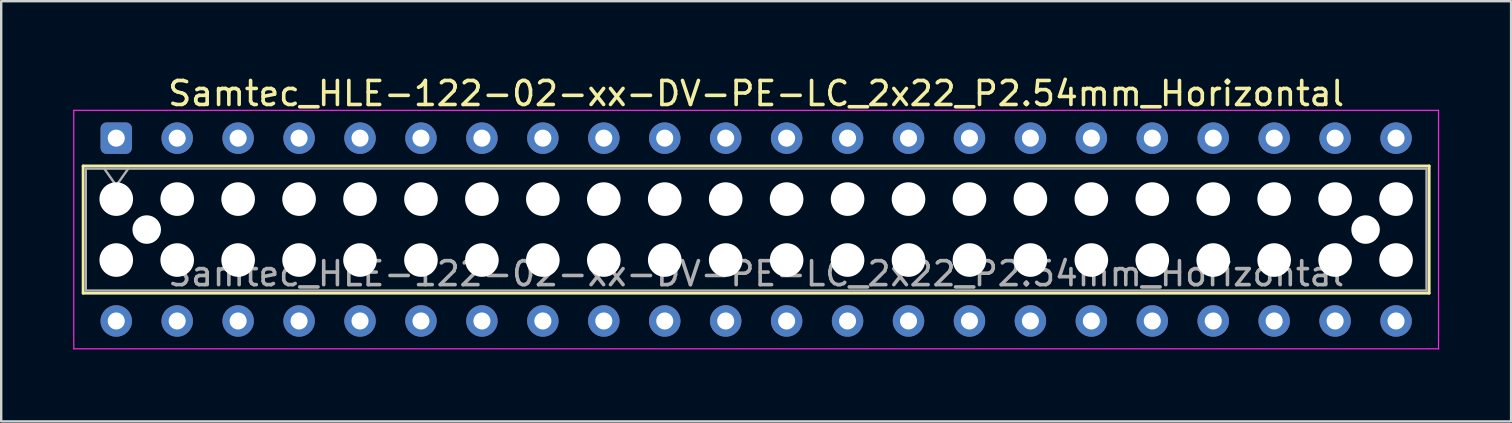
<source format=kicad_pcb>
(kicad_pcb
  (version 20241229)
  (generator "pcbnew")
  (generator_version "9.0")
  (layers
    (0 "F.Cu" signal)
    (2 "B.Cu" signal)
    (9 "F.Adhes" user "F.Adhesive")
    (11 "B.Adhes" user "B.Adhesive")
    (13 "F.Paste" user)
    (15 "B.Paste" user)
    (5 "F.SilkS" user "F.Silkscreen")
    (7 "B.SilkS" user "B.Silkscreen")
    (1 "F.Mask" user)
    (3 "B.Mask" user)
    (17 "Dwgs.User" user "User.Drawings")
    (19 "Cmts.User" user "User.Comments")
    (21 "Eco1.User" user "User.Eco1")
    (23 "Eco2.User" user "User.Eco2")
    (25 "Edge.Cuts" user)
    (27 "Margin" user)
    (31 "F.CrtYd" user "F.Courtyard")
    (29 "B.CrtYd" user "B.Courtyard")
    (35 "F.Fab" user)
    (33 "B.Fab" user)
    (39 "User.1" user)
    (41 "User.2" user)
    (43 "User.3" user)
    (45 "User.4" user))
  (footprint "Samtec_HLE-122-02-xx-DV-PE-LC_2x22_P2.54mm_Horizontal"
    (layer "F.Cu")
    (at 1.795 2.708)
    (property "Reference" "Samtec_HLE-122-02-xx-DV-PE-LC_2x22_P2.54mm_Horizontal" (at 26.67 -1.86 0) (layer "F.SilkS") (effects (font (size 1 1) (thickness 0.15))))
    (attr through_hole)
    (fp_line (start -1.38 1.16) (end 54.72 1.16) (stroke (width 0.12) (type solid)) (layer "F.SilkS"))
    (fp_line (start -1.38 6.46) (end -1.38 1.16) (stroke (width 0.12) (type solid)) (layer "F.SilkS"))
    (fp_line (start 54.72 1.16) (end 54.72 6.46) (stroke (width 0.12) (type solid)) (layer "F.SilkS"))
    (fp_line (start 54.72 6.46) (end -1.38 6.46) (stroke (width 0.12) (type solid)) (layer "F.SilkS"))
    (fp_line (start -1.77 -1.16) (end 55.11 -1.16) (stroke (width 0.05) (type solid)) (layer "F.CrtYd"))
    (fp_line (start -1.77 8.78) (end -1.77 -1.16) (stroke (width 0.05) (type solid)) (layer "F.CrtYd"))
    (fp_line (start 55.11 -1.16) (end 55.11 8.78) (stroke (width 0.05) (type solid)) (layer "F.CrtYd"))
    (fp_line (start 55.11 8.78) (end -1.77 8.78) (stroke (width 0.05) (type solid)) (layer "F.CrtYd"))
    (fp_line (start -1.27 1.27) (end 54.61 1.27) (stroke (width 0.1) (type solid)) (layer "F.Fab"))
    (fp_line (start -1.27 6.35) (end -1.27 1.27) (stroke (width 0.1) (type solid)) (layer "F.Fab"))
    (fp_line (start -0.5 1.27) (end 0 1.977) (stroke (width 0.1) (type solid)) (layer "F.Fab"))
    (fp_line (start 0 1.977) (end 0.5 1.27) (stroke (width 0.1) (type solid)) (layer "F.Fab"))
    (fp_line (start 54.61 1.27) (end 54.61 6.35) (stroke (width 0.1) (type solid)) (layer "F.Fab"))
    (fp_line (start 54.61 6.35) (end -1.27 6.35) (stroke (width 0.1) (type solid)) (layer "F.Fab"))
    (fp_text user "${REFERENCE}" (at 26.67 5.65 0) (layer "F.Fab") (effects (font (size 1 1) (thickness 0.15))))
    (pad "" np_thru_hole circle (at 0 2.54) (size 1.4 1.4) (drill 1.4) (layers "*.Cu" "*.Mask"))
    (pad "" np_thru_hole circle (at 0 5.08) (size 1.4 1.4) (drill 1.4) (layers "*.Cu" "*.Mask"))
    (pad "" np_thru_hole circle (at 1.27 3.81) (size 1.19 1.19) (drill 1.19) (layers "*.Cu" "*.Mask"))
    (pad "" np_thru_hole circle (at 2.54 2.54) (size 1.4 1.4) (drill 1.4) (layers "*.Cu" "*.Mask"))
    (pad "" np_thru_hole circle (at 2.54 5.08) (size 1.4 1.4) (drill 1.4) (layers "*.Cu" "*.Mask"))
    (pad "" np_thru_hole circle (at 5.08 2.54) (size 1.4 1.4) (drill 1.4) (layers "*.Cu" "*.Mask"))
    (pad "" np_thru_hole circle (at 5.08 5.08) (size 1.4 1.4) (drill 1.4) (layers "*.Cu" "*.Mask"))
    (pad "" np_thru_hole circle (at 7.62 2.54) (size 1.4 1.4) (drill 1.4) (layers "*.Cu" "*.Mask"))
    (pad "" np_thru_hole circle (at 7.62 5.08) (size 1.4 1.4) (drill 1.4) (layers "*.Cu" "*.Mask"))
    (pad "" np_thru_hole circle (at 10.16 2.54) (size 1.4 1.4) (drill 1.4) (layers "*.Cu" "*.Mask"))
    (pad "" np_thru_hole circle (at 10.16 5.08) (size 1.4 1.4) (drill 1.4) (layers "*.Cu" "*.Mask"))
    (pad "" np_thru_hole circle (at 12.7 2.54) (size 1.4 1.4) (drill 1.4) (layers "*.Cu" "*.Mask"))
    (pad "" np_thru_hole circle (at 12.7 5.08) (size 1.4 1.4) (drill 1.4) (layers "*.Cu" "*.Mask"))
    (pad "" np_thru_hole circle (at 15.24 2.54) (size 1.4 1.4) (drill 1.4) (layers "*.Cu" "*.Mask"))
    (pad "" np_thru_hole circle (at 15.24 5.08) (size 1.4 1.4) (drill 1.4) (layers "*.Cu" "*.Mask"))
    (pad "" np_thru_hole circle (at 17.78 2.54) (size 1.4 1.4) (drill 1.4) (layers "*.Cu" "*.Mask"))
    (pad "" np_thru_hole circle (at 17.78 5.08) (size 1.4 1.4) (drill 1.4) (layers "*.Cu" "*.Mask"))
    (pad "" np_thru_hole circle (at 20.32 2.54) (size 1.4 1.4) (drill 1.4) (layers "*.Cu" "*.Mask"))
    (pad "" np_thru_hole circle (at 20.32 5.08) (size 1.4 1.4) (drill 1.4) (layers "*.Cu" "*.Mask"))
    (pad "" np_thru_hole circle (at 22.86 2.54) (size 1.4 1.4) (drill 1.4) (layers "*.Cu" "*.Mask"))
    (pad "" np_thru_hole circle (at 22.86 5.08) (size 1.4 1.4) (drill 1.4) (layers "*.Cu" "*.Mask"))
    (pad "" np_thru_hole circle (at 25.4 2.54) (size 1.4 1.4) (drill 1.4) (layers "*.Cu" "*.Mask"))
    (pad "" np_thru_hole circle (at 25.4 5.08) (size 1.4 1.4) (drill 1.4) (layers "*.Cu" "*.Mask"))
    (pad "" np_thru_hole circle (at 27.94 2.54) (size 1.4 1.4) (drill 1.4) (layers "*.Cu" "*.Mask"))
    (pad "" np_thru_hole circle (at 27.94 5.08) (size 1.4 1.4) (drill 1.4) (layers "*.Cu" "*.Mask"))
    (pad "" np_thru_hole circle (at 30.48 2.54) (size 1.4 1.4) (drill 1.4) (layers "*.Cu" "*.Mask"))
    (pad "" np_thru_hole circle (at 30.48 5.08) (size 1.4 1.4) (drill 1.4) (layers "*.Cu" "*.Mask"))
    (pad "" np_thru_hole circle (at 33.02 2.54) (size 1.4 1.4) (drill 1.4) (layers "*.Cu" "*.Mask"))
    (pad "" np_thru_hole circle (at 33.02 5.08) (size 1.4 1.4) (drill 1.4) (layers "*.Cu" "*.Mask"))
    (pad "" np_thru_hole circle (at 35.56 2.54) (size 1.4 1.4) (drill 1.4) (layers "*.Cu" "*.Mask"))
    (pad "" np_thru_hole circle (at 35.56 5.08) (size 1.4 1.4) (drill 1.4) (layers "*.Cu" "*.Mask"))
    (pad "" np_thru_hole circle (at 38.1 2.54) (size 1.4 1.4) (drill 1.4) (layers "*.Cu" "*.Mask"))
    (pad "" np_thru_hole circle (at 38.1 5.08) (size 1.4 1.4) (drill 1.4) (layers "*.Cu" "*.Mask"))
    (pad "" np_thru_hole circle (at 40.64 2.54) (size 1.4 1.4) (drill 1.4) (layers "*.Cu" "*.Mask"))
    (pad "" np_thru_hole circle (at 40.64 5.08) (size 1.4 1.4) (drill 1.4) (layers "*.Cu" "*.Mask"))
    (pad "" np_thru_hole circle (at 43.18 2.54) (size 1.4 1.4) (drill 1.4) (layers "*.Cu" "*.Mask"))
    (pad "" np_thru_hole circle (at 43.18 5.08) (size 1.4 1.4) (drill 1.4) (layers "*.Cu" "*.Mask"))
    (pad "" np_thru_hole circle (at 45.72 2.54) (size 1.4 1.4) (drill 1.4) (layers "*.Cu" "*.Mask"))
    (pad "" np_thru_hole circle (at 45.72 5.08) (size 1.4 1.4) (drill 1.4) (layers "*.Cu" "*.Mask"))
    (pad "" np_thru_hole circle (at 48.26 2.54) (size 1.4 1.4) (drill 1.4) (layers "*.Cu" "*.Mask"))
    (pad "" np_thru_hole circle (at 48.26 5.08) (size 1.4 1.4) (drill 1.4) (layers "*.Cu" "*.Mask"))
    (pad "" np_thru_hole circle (at 50.8 2.54) (size 1.4 1.4) (drill 1.4) (layers "*.Cu" "*.Mask"))
    (pad "" np_thru_hole circle (at 50.8 5.08) (size 1.4 1.4) (drill 1.4) (layers "*.Cu" "*.Mask"))
    (pad "" np_thru_hole circle (at 52.07 3.81) (size 1.19 1.19) (drill 1.19) (layers "*.Cu" "*.Mask"))
    (pad "" np_thru_hole circle (at 53.34 2.54) (size 1.4 1.4) (drill 1.4) (layers "*.Cu" "*.Mask"))
    (pad "" np_thru_hole circle (at 53.34 5.08) (size 1.4 1.4) (drill 1.4) (layers "*.Cu" "*.Mask"))
    (pad "1" thru_hole roundrect (at 0 0) (size 1.31 1.31) (drill 0.71) (layers "*.Cu" "*.Mask") (roundrect_rratio 0.191))
    (pad "2" thru_hole circle (at 0 7.62) (size 1.31 1.31) (drill 0.71) (layers "*.Cu" "*.Mask"))
    (pad "3" thru_hole circle (at 2.54 0) (size 1.31 1.31) (drill 0.71) (layers "*.Cu" "*.Mask"))
    (pad "4" thru_hole circle (at 2.54 7.62) (size 1.31 1.31) (drill 0.71) (layers "*.Cu" "*.Mask"))
    (pad "5" thru_hole circle (at 5.08 0) (size 1.31 1.31) (drill 0.71) (layers "*.Cu" "*.Mask"))
    (pad "6" thru_hole circle (at 5.08 7.62) (size 1.31 1.31) (drill 0.71) (layers "*.Cu" "*.Mask"))
    (pad "7" thru_hole circle (at 7.62 0) (size 1.31 1.31) (drill 0.71) (layers "*.Cu" "*.Mask"))
    (pad "8" thru_hole circle (at 7.62 7.62) (size 1.31 1.31) (drill 0.71) (layers "*.Cu" "*.Mask"))
    (pad "9" thru_hole circle (at 10.16 0) (size 1.31 1.31) (drill 0.71) (layers "*.Cu" "*.Mask"))
    (pad "10" thru_hole circle (at 10.16 7.62) (size 1.31 1.31) (drill 0.71) (layers "*.Cu" "*.Mask"))
    (pad "11" thru_hole circle (at 12.7 0) (size 1.31 1.31) (drill 0.71) (layers "*.Cu" "*.Mask"))
    (pad "12" thru_hole circle (at 12.7 7.62) (size 1.31 1.31) (drill 0.71) (layers "*.Cu" "*.Mask"))
    (pad "13" thru_hole circle (at 15.24 0) (size 1.31 1.31) (drill 0.71) (layers "*.Cu" "*.Mask"))
    (pad "14" thru_hole circle (at 15.24 7.62) (size 1.31 1.31) (drill 0.71) (layers "*.Cu" "*.Mask"))
    (pad "15" thru_hole circle (at 17.78 0) (size 1.31 1.31) (drill 0.71) (layers "*.Cu" "*.Mask"))
    (pad "16" thru_hole circle (at 17.78 7.62) (size 1.31 1.31) (drill 0.71) (layers "*.Cu" "*.Mask"))
    (pad "17" thru_hole circle (at 20.32 0) (size 1.31 1.31) (drill 0.71) (layers "*.Cu" "*.Mask"))
    (pad "18" thru_hole circle (at 20.32 7.62) (size 1.31 1.31) (drill 0.71) (layers "*.Cu" "*.Mask"))
    (pad "19" thru_hole circle (at 22.86 0) (size 1.31 1.31) (drill 0.71) (layers "*.Cu" "*.Mask"))
    (pad "20" thru_hole circle (at 22.86 7.62) (size 1.31 1.31) (drill 0.71) (layers "*.Cu" "*.Mask"))
    (pad "21" thru_hole circle (at 25.4 0) (size 1.31 1.31) (drill 0.71) (layers "*.Cu" "*.Mask"))
    (pad "22" thru_hole circle (at 25.4 7.62) (size 1.31 1.31) (drill 0.71) (layers "*.Cu" "*.Mask"))
    (pad "23" thru_hole circle (at 27.94 0) (size 1.31 1.31) (drill 0.71) (layers "*.Cu" "*.Mask"))
    (pad "24" thru_hole circle (at 27.94 7.62) (size 1.31 1.31) (drill 0.71) (layers "*.Cu" "*.Mask"))
    (pad "25" thru_hole circle (at 30.48 0) (size 1.31 1.31) (drill 0.71) (layers "*.Cu" "*.Mask"))
    (pad "26" thru_hole circle (at 30.48 7.62) (size 1.31 1.31) (drill 0.71) (layers "*.Cu" "*.Mask"))
    (pad "27" thru_hole circle (at 33.02 0) (size 1.31 1.31) (drill 0.71) (layers "*.Cu" "*.Mask"))
    (pad "28" thru_hole circle (at 33.02 7.62) (size 1.31 1.31) (drill 0.71) (layers "*.Cu" "*.Mask"))
    (pad "29" thru_hole circle (at 35.56 0) (size 1.31 1.31) (drill 0.71) (layers "*.Cu" "*.Mask"))
    (pad "30" thru_hole circle (at 35.56 7.62) (size 1.31 1.31) (drill 0.71) (layers "*.Cu" "*.Mask"))
    (pad "31" thru_hole circle (at 38.1 0) (size 1.31 1.31) (drill 0.71) (layers "*.Cu" "*.Mask"))
    (pad "32" thru_hole circle (at 38.1 7.62) (size 1.31 1.31) (drill 0.71) (layers "*.Cu" "*.Mask"))
    (pad "33" thru_hole circle (at 40.64 0) (size 1.31 1.31) (drill 0.71) (layers "*.Cu" "*.Mask"))
    (pad "34" thru_hole circle (at 40.64 7.62) (size 1.31 1.31) (drill 0.71) (layers "*.Cu" "*.Mask"))
    (pad "35" thru_hole circle (at 43.18 0) (size 1.31 1.31) (drill 0.71) (layers "*.Cu" "*.Mask"))
    (pad "36" thru_hole circle (at 43.18 7.62) (size 1.31 1.31) (drill 0.71) (layers "*.Cu" "*.Mask"))
    (pad "37" thru_hole circle (at 45.72 0) (size 1.31 1.31) (drill 0.71) (layers "*.Cu" "*.Mask"))
    (pad "38" thru_hole circle (at 45.72 7.62) (size 1.31 1.31) (drill 0.71) (layers "*.Cu" "*.Mask"))
    (pad "39" thru_hole circle (at 48.26 0) (size 1.31 1.31) (drill 0.71) (layers "*.Cu" "*.Mask"))
    (pad "40" thru_hole circle (at 48.26 7.62) (size 1.31 1.31) (drill 0.71) (layers "*.Cu" "*.Mask"))
    (pad "41" thru_hole circle (at 50.8 0) (size 1.31 1.31) (drill 0.71) (layers "*.Cu" "*.Mask"))
    (pad "42" thru_hole circle (at 50.8 7.62) (size 1.31 1.31) (drill 0.71) (layers "*.Cu" "*.Mask"))
    (pad "43" thru_hole circle (at 53.34 0) (size 1.31 1.31) (drill 0.71) (layers "*.Cu" "*.Mask"))
    (pad "44" thru_hole circle (at 53.34 7.62) (size 1.31 1.31) (drill 0.71) (layers "*.Cu" "*.Mask")))
  (gr_rect
    (start -3 -3)
    (end 59.93 14.513)
    (stroke (width 0.1) (type default))
    (fill no)
    (layer "Edge.Cuts")))
</source>
